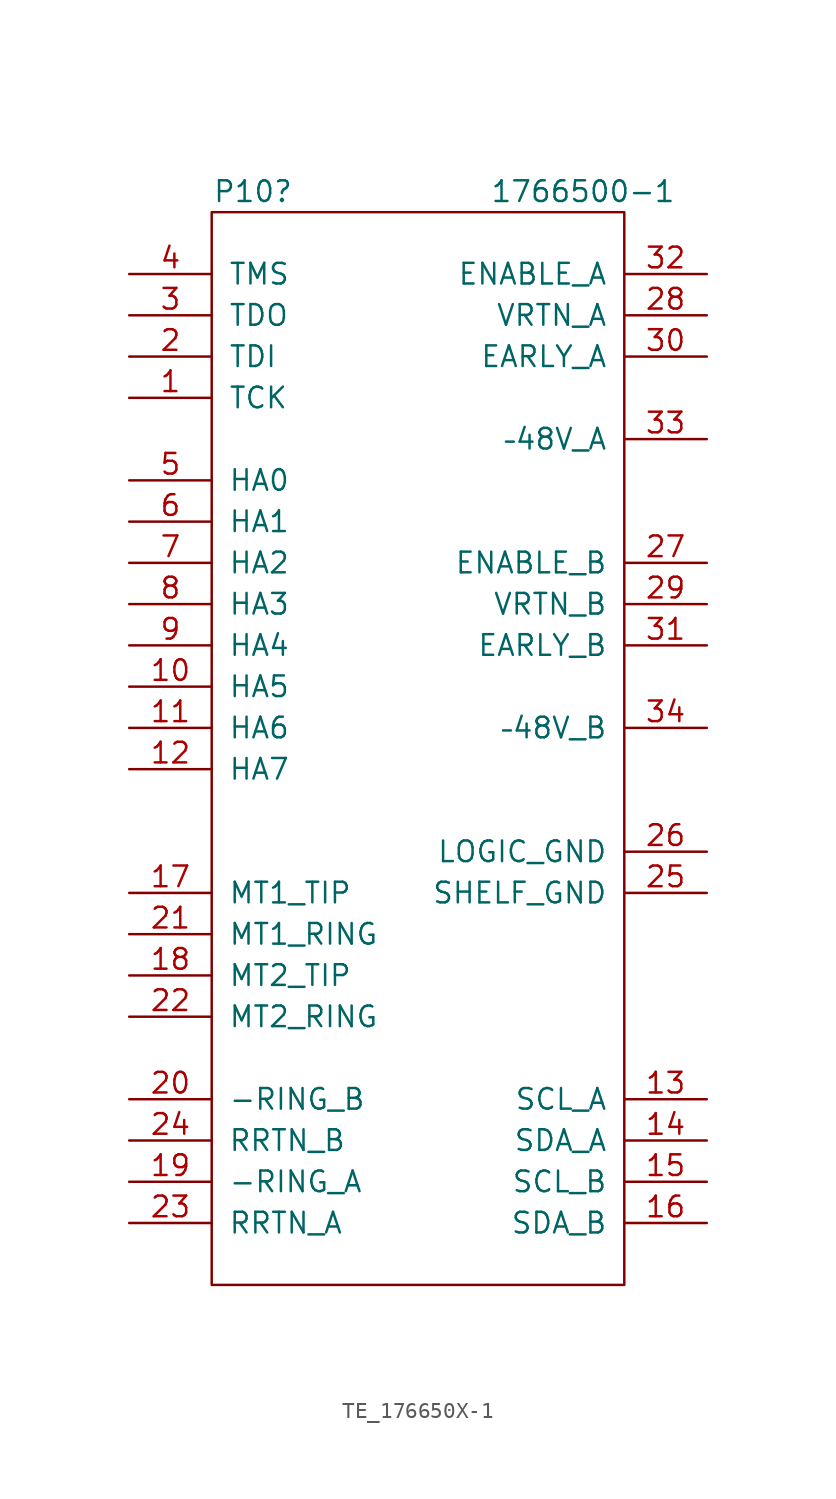
<source format=kicad_sym>
(kicad_symbol_lib
  (version 20220914)
  (generator kicad_symbol_editor)
  (symbol "TE_176650X-1"
    (pin_names
      (offset 1.016))
    (property "Reference" "P10"
      (at -10.16 31.75 0)
      (effects (font (size 1.27 1.27))))
    (property "Value" "1766500-1"
      (at 10.16 31.75 0)
      (effects (font (size 1.27 1.27))))
    (symbol "TE_176650X-1_0_1"
      (rectangle (start 12.7 -35.56) (end -12.7 30.48) (stroke (width 0) (type default)) (fill (type none))))
    (symbol "TE_176650X-1_1_1"
      (pin output line (at -17.78 19.05 0) (length 5.08) (name "TCK" (effects (font (size 1.27 1.27)))) (number "1" (effects (font (size 1.27 1.27)))))
      (pin output line (at -17.78 1.27 0) (length 5.08) (name "HA5" (effects (font (size 1.27 1.27)))) (number "10" (effects (font (size 1.27 1.27)))))
      (pin output line (at -17.78 -1.27 0) (length 5.08) (name "HA6" (effects (font (size 1.27 1.27)))) (number "11" (effects (font (size 1.27 1.27)))))
      (pin output line (at -17.78 -3.81 0) (length 5.08) (name "HA7" (effects (font (size 1.27 1.27)))) (number "12" (effects (font (size 1.27 1.27)))))
      (pin bidirectional line (at 17.78 -24.13 180) (length 5.08) (name "SCL_A" (effects (font (size 1.27 1.27)))) (number "13" (effects (font (size 1.27 1.27)))))
      (pin bidirectional line (at 17.78 -26.67 180) (length 5.08) (name "SDA_A" (effects (font (size 1.27 1.27)))) (number "14" (effects (font (size 1.27 1.27)))))
      (pin bidirectional line (at 17.78 -29.21 180) (length 5.08) (name "SCL_B" (effects (font (size 1.27 1.27)))) (number "15" (effects (font (size 1.27 1.27)))))
      (pin bidirectional line (at 17.78 -31.75 180) (length 5.08) (name "SDA_B" (effects (font (size 1.27 1.27)))) (number "16" (effects (font (size 1.27 1.27)))))
      (pin unspecified line (at -17.78 -11.43 0) (length 5.08) (name "MT1_TIP" (effects (font (size 1.27 1.27)))) (number "17" (effects (font (size 1.27 1.27)))))
      (pin unspecified line (at -17.78 -16.51 0) (length 5.08) (name "MT2_TIP" (effects (font (size 1.27 1.27)))) (number "18" (effects (font (size 1.27 1.27)))))
      (pin power_out line (at -17.78 -29.21 0) (length 5.08) (name "-RING_A" (effects (font (size 1.27 1.27)))) (number "19" (effects (font (size 1.27 1.27)))))
      (pin output line (at -17.78 21.59 0) (length 5.08) (name "TDI" (effects (font (size 1.27 1.27)))) (number "2" (effects (font (size 1.27 1.27)))))
      (pin power_out line (at -17.78 -24.13 0) (length 5.08) (name "-RING_B" (effects (font (size 1.27 1.27)))) (number "20" (effects (font (size 1.27 1.27)))))
      (pin unspecified line (at -17.78 -13.97 0) (length 5.08) (name "MT1_RING" (effects (font (size 1.27 1.27)))) (number "21" (effects (font (size 1.27 1.27)))))
      (pin unspecified line (at -17.78 -19.05 0) (length 5.08) (name "MT2_RING" (effects (font (size 1.27 1.27)))) (number "22" (effects (font (size 1.27 1.27)))))
      (pin power_out line (at -17.78 -31.75 0) (length 5.08) (name "RRTN_A" (effects (font (size 1.27 1.27)))) (number "23" (effects (font (size 1.27 1.27)))))
      (pin power_out line (at -17.78 -26.67 0) (length 5.08) (name "RRTN_B" (effects (font (size 1.27 1.27)))) (number "24" (effects (font (size 1.27 1.27)))))
      (pin passive line (at 17.78 -11.43 180) (length 5.08) (name "SHELF_GND" (effects (font (size 1.27 1.27)))) (number "25" (effects (font (size 1.27 1.27)))))
      (pin passive line (at 17.78 -8.89 180) (length 5.08) (name "LOGIC_GND" (effects (font (size 1.27 1.27)))) (number "26" (effects (font (size 1.27 1.27)))))
      (pin input line (at 17.78 8.89 180) (length 5.08) (name "ENABLE_B" (effects (font (size 1.27 1.27)))) (number "27" (effects (font (size 1.27 1.27)))))
      (pin power_out line (at 17.78 24.13 180) (length 5.08) (name "VRTN_A" (effects (font (size 1.27 1.27)))) (number "28" (effects (font (size 1.27 1.27)))))
      (pin power_out line (at 17.78 6.35 180) (length 5.08) (name "VRTN_B" (effects (font (size 1.27 1.27)))) (number "29" (effects (font (size 1.27 1.27)))))
      (pin input line (at -17.78 24.13 0) (length 5.08) (name "TDO" (effects (font (size 1.27 1.27)))) (number "3" (effects (font (size 1.27 1.27)))))
      (pin power_out line (at 17.78 21.59 180) (length 5.08) (name "EARLY_A" (effects (font (size 1.27 1.27)))) (number "30" (effects (font (size 1.27 1.27)))))
      (pin power_out line (at 17.78 3.81 180) (length 5.08) (name "EARLY_B" (effects (font (size 1.27 1.27)))) (number "31" (effects (font (size 1.27 1.27)))))
      (pin input line (at 17.78 26.67 180) (length 5.08) (name "ENABLE_A" (effects (font (size 1.27 1.27)))) (number "32" (effects (font (size 1.27 1.27)))))
      (pin power_out line (at 17.78 16.51 180) (length 5.08) (name "–48V_A" (effects (font (size 1.27 1.27)))) (number "33" (effects (font (size 1.27 1.27)))))
      (pin power_out line (at 17.78 -1.27 180) (length 5.08) (name "–48V_B" (effects (font (size 1.27 1.27)))) (number "34" (effects (font (size 1.27 1.27)))))
      (pin output line (at -17.78 26.67 0) (length 5.08) (name "TMS" (effects (font (size 1.27 1.27)))) (number "4" (effects (font (size 1.27 1.27)))))
      (pin output line (at -17.78 13.97 0) (length 5.08) (name "HA0" (effects (font (size 1.27 1.27)))) (number "5" (effects (font (size 1.27 1.27)))))
      (pin output line (at -17.78 11.43 0) (length 5.08) (name "HA1" (effects (font (size 1.27 1.27)))) (number "6" (effects (font (size 1.27 1.27)))))
      (pin output line (at -17.78 8.89 0) (length 5.08) (name "HA2" (effects (font (size 1.27 1.27)))) (number "7" (effects (font (size 1.27 1.27)))))
      (pin output line (at -17.78 6.35 0) (length 5.08) (name "HA3" (effects (font (size 1.27 1.27)))) (number "8" (effects (font (size 1.27 1.27)))))
      (pin output line (at -17.78 3.81 0) (length 5.08) (name "HA4" (effects (font (size 1.27 1.27)))) (number "9" (effects (font (size 1.27 1.27))))))))
</source>
